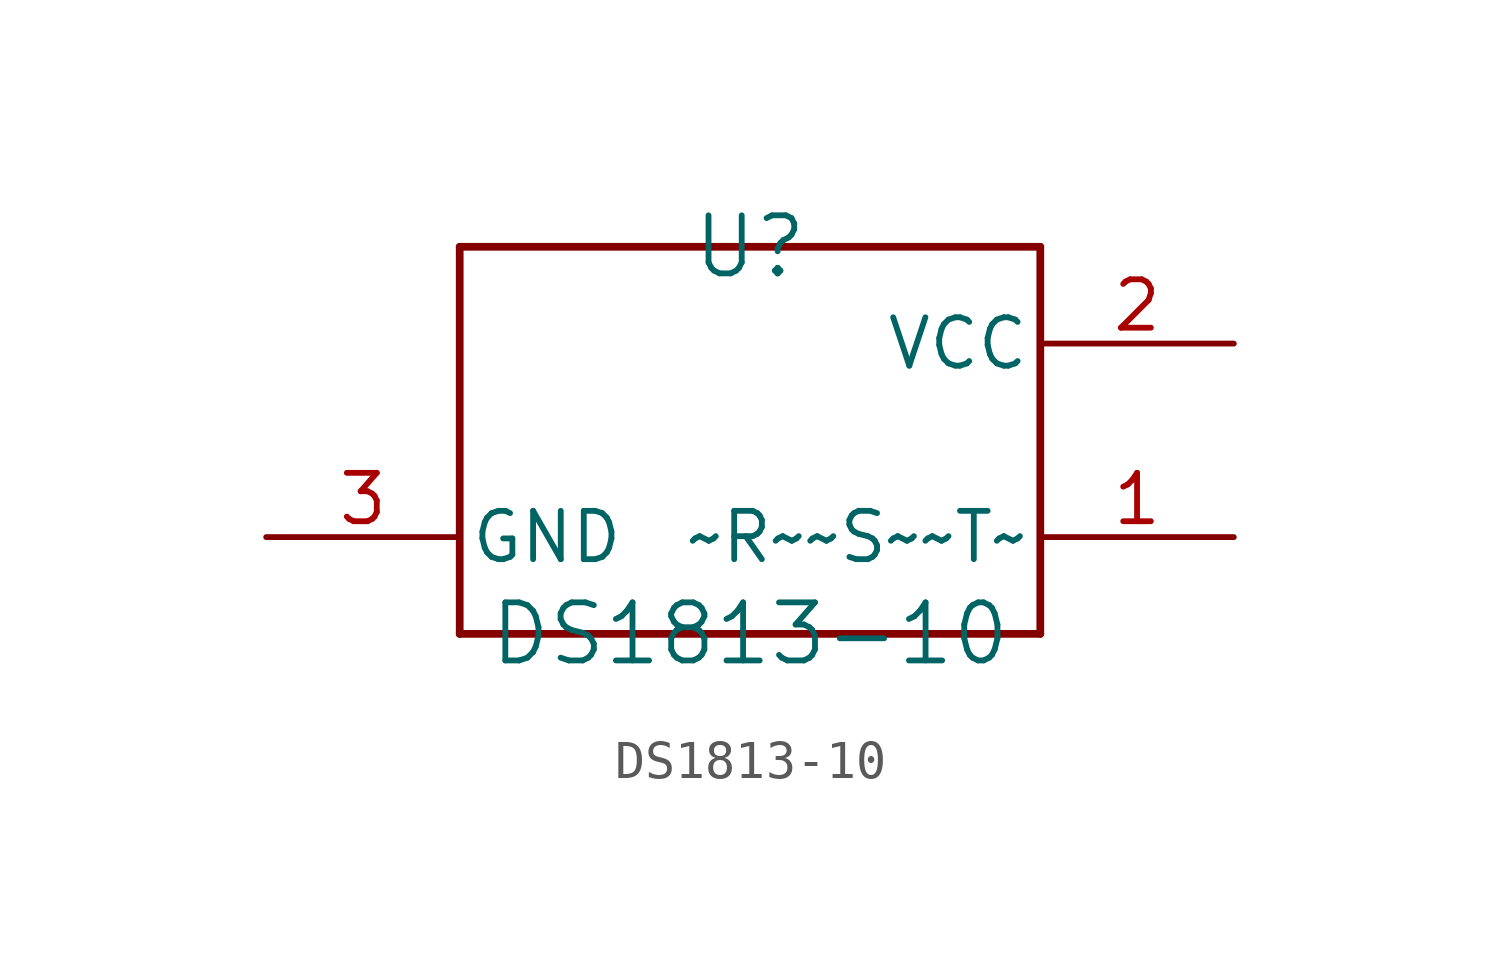
<source format=kicad_sym>
(kicad_symbol_lib
  (version 20211014)
  (generator kicad_symbol_editor)
  (symbol "DS1813-10"
    (pin_names
      (offset 0.254))
    (property "Reference" "U"
      (at 7.62 0 0)
      (effects (font (size 1.524 1.524))))
    (property "Value" "DS1813-10"
      (at 7.62 -10.16 0)
      (effects (font (size 1.524 1.524))))
    (symbol "DS1813-10_0_1"
      (polyline (pts (xy 0 -10.16) (xy 0 0)) (stroke (width 0.203) (type default) (color 0 0 0 0)) (fill (type none)))
      (polyline (pts (xy 0 -10.16) (xy 15.24 -10.16)) (stroke (width 0.203) (type default) (color 0 0 0 0)) (fill (type none)))
      (polyline (pts (xy 0 0) (xy 15.24 0)) (stroke (width 0.203) (type default) (color 0 0 0 0)) (fill (type none)))
      (polyline (pts (xy 15.24 0) (xy 15.24 -10.16)) (stroke (width 0.203) (type default) (color 0 0 0 0)) (fill (type none)))
      (pin output line (at 20.32 -7.62 180) (length 5.08) (name "~R~~S~~T~" (effects (font (size 1.27 1.27)))) (number "1" (effects (font (size 1.27 1.27)))))
      (pin power_in line (at 20.32 -2.54 180) (length 5.08) (name "VCC" (effects (font (size 1.27 1.27)))) (number "2" (effects (font (size 1.27 1.27)))))
      (pin power_in line (at -5.08 -7.62 0) (length 5.08) (name "GND" (effects (font (size 1.27 1.27)))) (number "3" (effects (font (size 1.27 1.27))))))))
</source>
